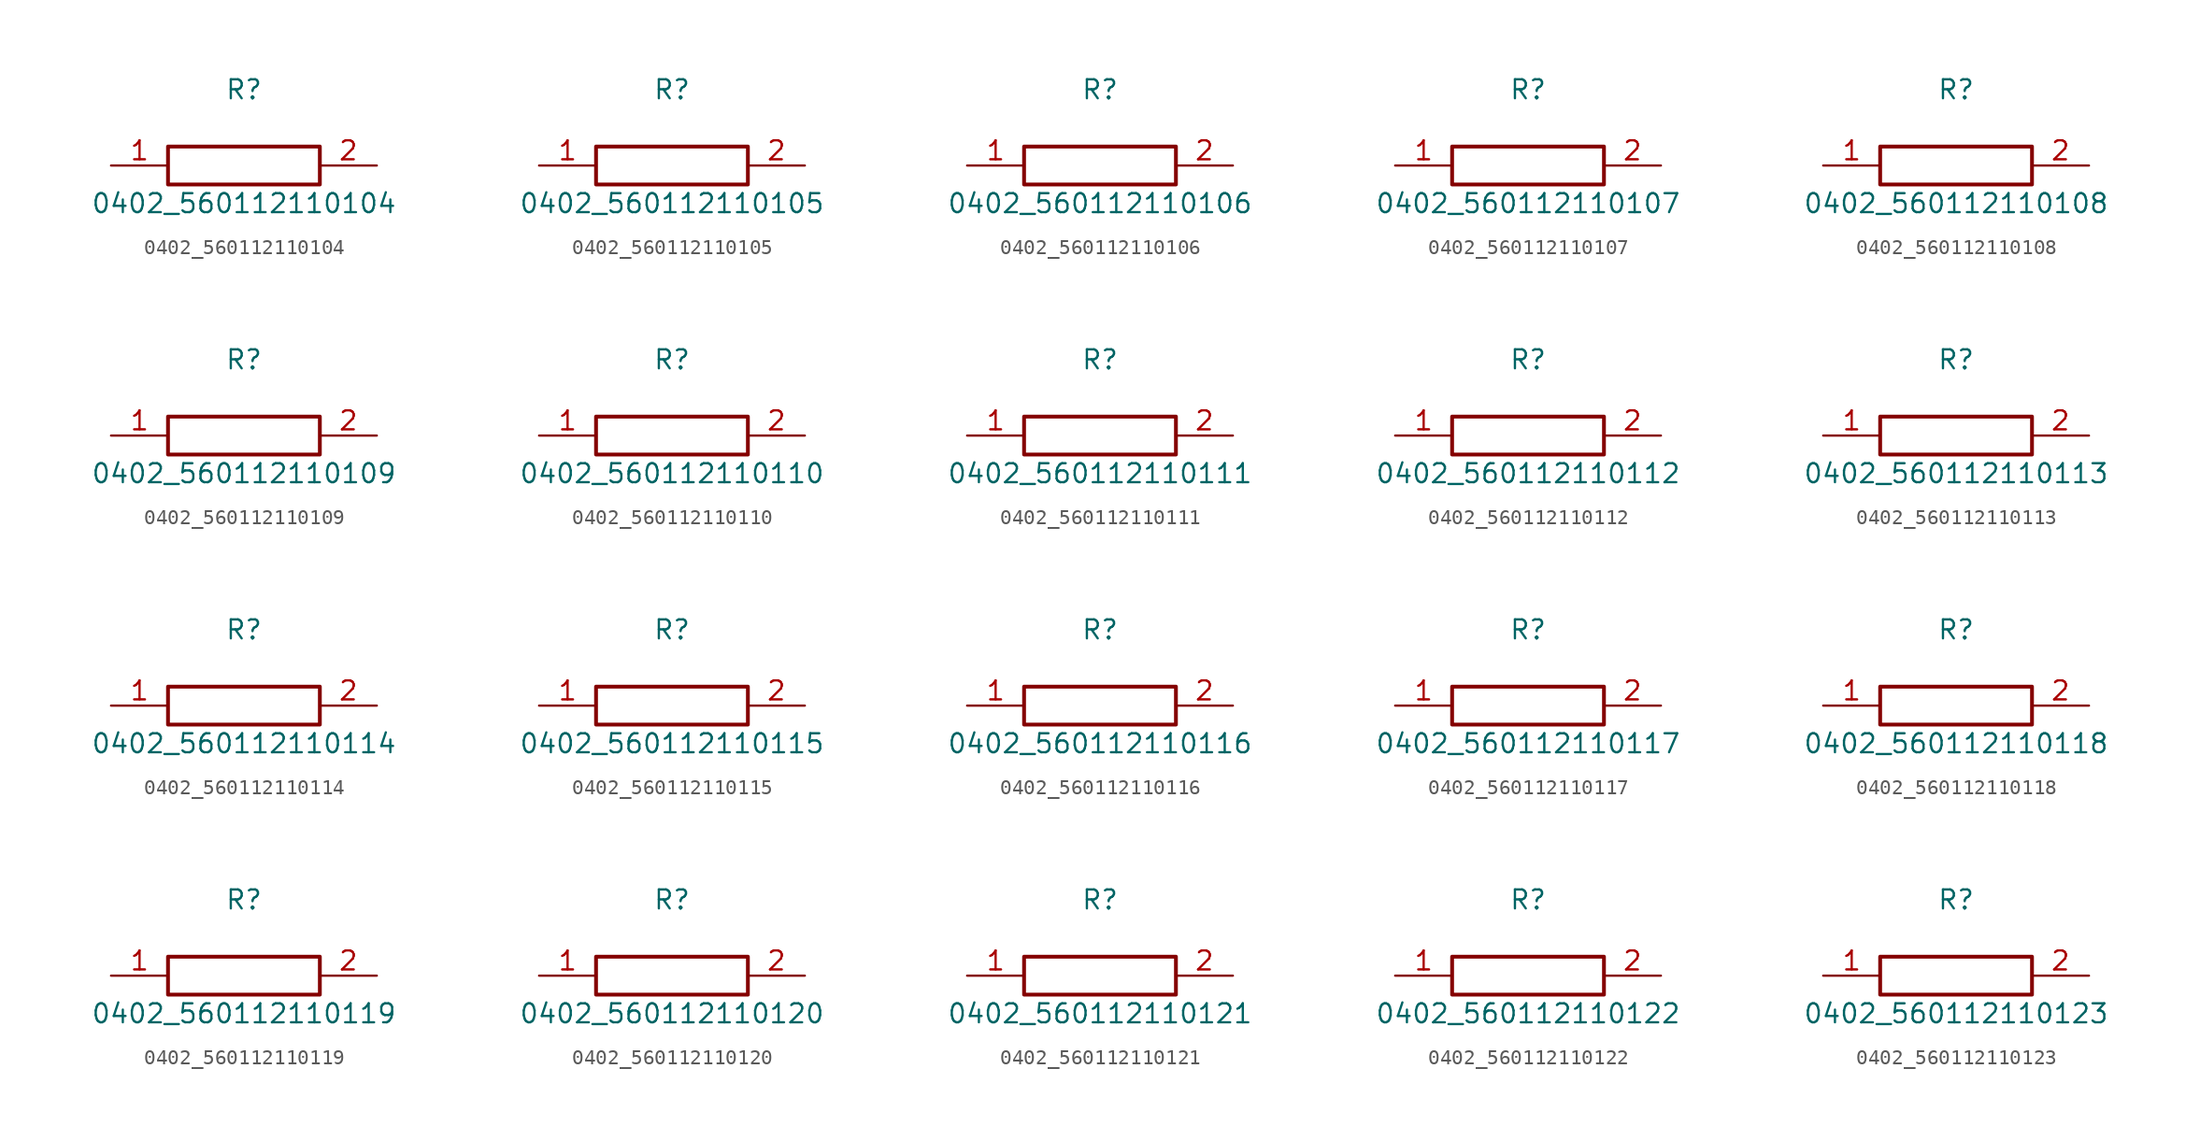
<source format=kicad_sym>
(kicad_symbol_lib
  (version 20211014)
  (generator kicad_symbol_editor)
  (symbol "Resistor_Wurth_WRIS-RSKS:0402_560112110104"
    (pin_names hide)
    (property "Reference" "R"
      (at 0 5.08 0)
      (effects (font (size 1.27 1.27))))
    (property "Value" "0402_560112110104"
      (at 0 -2.54 0)
      (effects (font (size 1.27 1.27))))
    (symbol "0402_560112110104_0_1"
      (rectangle (start -5.08 1.27) (end 5.08 -1.27) (stroke (width 0.254) (type solid)) (fill (type none)))
      (pin passive line (at -8.89 0 0) (length 3.81) (name "1" (effects (font (size 1.27 1.27)))) (number "1" (effects (font (size 1.27 1.27)))))
      (pin passive line (at 8.89 0 180) (length 3.81) (name "2" (effects (font (size 1.27 1.27)))) (number "2" (effects (font (size 1.27 1.27)))))))
  (symbol "Resistor_Wurth_WRIS-RSKS:0402_560112110105"
    (pin_names hide)
    (property "Reference" "R"
      (at 0 5.08 0)
      (effects (font (size 1.27 1.27))))
    (property "Value" "0402_560112110105"
      (at 0 -2.54 0)
      (effects (font (size 1.27 1.27))))
    (symbol "0402_560112110105_0_1"
      (rectangle (start -5.08 1.27) (end 5.08 -1.27) (stroke (width 0.254) (type solid)) (fill (type none)))
      (pin passive line (at -8.89 0 0) (length 3.81) (name "1" (effects (font (size 1.27 1.27)))) (number "1" (effects (font (size 1.27 1.27)))))
      (pin passive line (at 8.89 0 180) (length 3.81) (name "2" (effects (font (size 1.27 1.27)))) (number "2" (effects (font (size 1.27 1.27)))))))
  (symbol "Resistor_Wurth_WRIS-RSKS:0402_560112110106"
    (pin_names hide)
    (property "Reference" "R"
      (at 0 5.08 0)
      (effects (font (size 1.27 1.27))))
    (property "Value" "0402_560112110106"
      (at 0 -2.54 0)
      (effects (font (size 1.27 1.27))))
    (symbol "0402_560112110106_0_1"
      (rectangle (start -5.08 1.27) (end 5.08 -1.27) (stroke (width 0.254) (type solid)) (fill (type none)))
      (pin passive line (at -8.89 0 0) (length 3.81) (name "1" (effects (font (size 1.27 1.27)))) (number "1" (effects (font (size 1.27 1.27)))))
      (pin passive line (at 8.89 0 180) (length 3.81) (name "2" (effects (font (size 1.27 1.27)))) (number "2" (effects (font (size 1.27 1.27)))))))
  (symbol "Resistor_Wurth_WRIS-RSKS:0402_560112110107"
    (pin_names hide)
    (property "Reference" "R"
      (at 0 5.08 0)
      (effects (font (size 1.27 1.27))))
    (property "Value" "0402_560112110107"
      (at 0 -2.54 0)
      (effects (font (size 1.27 1.27))))
    (symbol "0402_560112110107_0_1"
      (rectangle (start -5.08 1.27) (end 5.08 -1.27) (stroke (width 0.254) (type solid)) (fill (type none)))
      (pin passive line (at -8.89 0 0) (length 3.81) (name "1" (effects (font (size 1.27 1.27)))) (number "1" (effects (font (size 1.27 1.27)))))
      (pin passive line (at 8.89 0 180) (length 3.81) (name "2" (effects (font (size 1.27 1.27)))) (number "2" (effects (font (size 1.27 1.27)))))))
  (symbol "Resistor_Wurth_WRIS-RSKS:0402_560112110108"
    (pin_names hide)
    (property "Reference" "R"
      (at 0 5.08 0)
      (effects (font (size 1.27 1.27))))
    (property "Value" "0402_560112110108"
      (at 0 -2.54 0)
      (effects (font (size 1.27 1.27))))
    (symbol "0402_560112110108_0_1"
      (rectangle (start -5.08 1.27) (end 5.08 -1.27) (stroke (width 0.254) (type solid)) (fill (type none)))
      (pin passive line (at -8.89 0 0) (length 3.81) (name "1" (effects (font (size 1.27 1.27)))) (number "1" (effects (font (size 1.27 1.27)))))
      (pin passive line (at 8.89 0 180) (length 3.81) (name "2" (effects (font (size 1.27 1.27)))) (number "2" (effects (font (size 1.27 1.27)))))))
  (symbol "Resistor_Wurth_WRIS-RSKS:0402_560112110109"
    (pin_names hide)
    (property "Reference" "R"
      (at 0 5.08 0)
      (effects (font (size 1.27 1.27))))
    (property "Value" "0402_560112110109"
      (at 0 -2.54 0)
      (effects (font (size 1.27 1.27))))
    (symbol "0402_560112110109_0_1"
      (rectangle (start -5.08 1.27) (end 5.08 -1.27) (stroke (width 0.254) (type solid)) (fill (type none)))
      (pin passive line (at -8.89 0 0) (length 3.81) (name "1" (effects (font (size 1.27 1.27)))) (number "1" (effects (font (size 1.27 1.27)))))
      (pin passive line (at 8.89 0 180) (length 3.81) (name "2" (effects (font (size 1.27 1.27)))) (number "2" (effects (font (size 1.27 1.27)))))))
  (symbol "Resistor_Wurth_WRIS-RSKS:0402_560112110110"
    (pin_names hide)
    (property "Reference" "R"
      (at 0 5.08 0)
      (effects (font (size 1.27 1.27))))
    (property "Value" "0402_560112110110"
      (at 0 -2.54 0)
      (effects (font (size 1.27 1.27))))
    (symbol "0402_560112110110_0_1"
      (rectangle (start -5.08 1.27) (end 5.08 -1.27) (stroke (width 0.254) (type solid)) (fill (type none)))
      (pin passive line (at -8.89 0 0) (length 3.81) (name "1" (effects (font (size 1.27 1.27)))) (number "1" (effects (font (size 1.27 1.27)))))
      (pin passive line (at 8.89 0 180) (length 3.81) (name "2" (effects (font (size 1.27 1.27)))) (number "2" (effects (font (size 1.27 1.27)))))))
  (symbol "Resistor_Wurth_WRIS-RSKS:0402_560112110111"
    (pin_names hide)
    (property "Reference" "R"
      (at 0 5.08 0)
      (effects (font (size 1.27 1.27))))
    (property "Value" "0402_560112110111"
      (at 0 -2.54 0)
      (effects (font (size 1.27 1.27))))
    (symbol "0402_560112110111_0_1"
      (rectangle (start -5.08 1.27) (end 5.08 -1.27) (stroke (width 0.254) (type solid)) (fill (type none)))
      (pin passive line (at -8.89 0 0) (length 3.81) (name "1" (effects (font (size 1.27 1.27)))) (number "1" (effects (font (size 1.27 1.27)))))
      (pin passive line (at 8.89 0 180) (length 3.81) (name "2" (effects (font (size 1.27 1.27)))) (number "2" (effects (font (size 1.27 1.27)))))))
  (symbol "Resistor_Wurth_WRIS-RSKS:0402_560112110112"
    (pin_names hide)
    (property "Reference" "R"
      (at 0 5.08 0)
      (effects (font (size 1.27 1.27))))
    (property "Value" "0402_560112110112"
      (at 0 -2.54 0)
      (effects (font (size 1.27 1.27))))
    (symbol "0402_560112110112_0_1"
      (rectangle (start -5.08 1.27) (end 5.08 -1.27) (stroke (width 0.254) (type solid)) (fill (type none)))
      (pin passive line (at -8.89 0 0) (length 3.81) (name "1" (effects (font (size 1.27 1.27)))) (number "1" (effects (font (size 1.27 1.27)))))
      (pin passive line (at 8.89 0 180) (length 3.81) (name "2" (effects (font (size 1.27 1.27)))) (number "2" (effects (font (size 1.27 1.27)))))))
  (symbol "Resistor_Wurth_WRIS-RSKS:0402_560112110113"
    (pin_names hide)
    (property "Reference" "R"
      (at 0 5.08 0)
      (effects (font (size 1.27 1.27))))
    (property "Value" "0402_560112110113"
      (at 0 -2.54 0)
      (effects (font (size 1.27 1.27))))
    (symbol "0402_560112110113_0_1"
      (rectangle (start -5.08 1.27) (end 5.08 -1.27) (stroke (width 0.254) (type solid)) (fill (type none)))
      (pin passive line (at -8.89 0 0) (length 3.81) (name "1" (effects (font (size 1.27 1.27)))) (number "1" (effects (font (size 1.27 1.27)))))
      (pin passive line (at 8.89 0 180) (length 3.81) (name "2" (effects (font (size 1.27 1.27)))) (number "2" (effects (font (size 1.27 1.27)))))))
  (symbol "Resistor_Wurth_WRIS-RSKS:0402_560112110114"
    (pin_names hide)
    (property "Reference" "R"
      (at 0 5.08 0)
      (effects (font (size 1.27 1.27))))
    (property "Value" "0402_560112110114"
      (at 0 -2.54 0)
      (effects (font (size 1.27 1.27))))
    (symbol "0402_560112110114_0_1"
      (rectangle (start -5.08 1.27) (end 5.08 -1.27) (stroke (width 0.254) (type solid)) (fill (type none)))
      (pin passive line (at -8.89 0 0) (length 3.81) (name "1" (effects (font (size 1.27 1.27)))) (number "1" (effects (font (size 1.27 1.27)))))
      (pin passive line (at 8.89 0 180) (length 3.81) (name "2" (effects (font (size 1.27 1.27)))) (number "2" (effects (font (size 1.27 1.27)))))))
  (symbol "Resistor_Wurth_WRIS-RSKS:0402_560112110115"
    (pin_names hide)
    (property "Reference" "R"
      (at 0 5.08 0)
      (effects (font (size 1.27 1.27))))
    (property "Value" "0402_560112110115"
      (at 0 -2.54 0)
      (effects (font (size 1.27 1.27))))
    (symbol "0402_560112110115_0_1"
      (rectangle (start -5.08 1.27) (end 5.08 -1.27) (stroke (width 0.254) (type solid)) (fill (type none)))
      (pin passive line (at -8.89 0 0) (length 3.81) (name "1" (effects (font (size 1.27 1.27)))) (number "1" (effects (font (size 1.27 1.27)))))
      (pin passive line (at 8.89 0 180) (length 3.81) (name "2" (effects (font (size 1.27 1.27)))) (number "2" (effects (font (size 1.27 1.27)))))))
  (symbol "Resistor_Wurth_WRIS-RSKS:0402_560112110116"
    (pin_names hide)
    (property "Reference" "R"
      (at 0 5.08 0)
      (effects (font (size 1.27 1.27))))
    (property "Value" "0402_560112110116"
      (at 0 -2.54 0)
      (effects (font (size 1.27 1.27))))
    (symbol "0402_560112110116_0_1"
      (rectangle (start -5.08 1.27) (end 5.08 -1.27) (stroke (width 0.254) (type solid)) (fill (type none)))
      (pin passive line (at -8.89 0 0) (length 3.81) (name "1" (effects (font (size 1.27 1.27)))) (number "1" (effects (font (size 1.27 1.27)))))
      (pin passive line (at 8.89 0 180) (length 3.81) (name "2" (effects (font (size 1.27 1.27)))) (number "2" (effects (font (size 1.27 1.27)))))))
  (symbol "Resistor_Wurth_WRIS-RSKS:0402_560112110117"
    (pin_names hide)
    (property "Reference" "R"
      (at 0 5.08 0)
      (effects (font (size 1.27 1.27))))
    (property "Value" "0402_560112110117"
      (at 0 -2.54 0)
      (effects (font (size 1.27 1.27))))
    (symbol "0402_560112110117_0_1"
      (rectangle (start -5.08 1.27) (end 5.08 -1.27) (stroke (width 0.254) (type solid)) (fill (type none)))
      (pin passive line (at -8.89 0 0) (length 3.81) (name "1" (effects (font (size 1.27 1.27)))) (number "1" (effects (font (size 1.27 1.27)))))
      (pin passive line (at 8.89 0 180) (length 3.81) (name "2" (effects (font (size 1.27 1.27)))) (number "2" (effects (font (size 1.27 1.27)))))))
  (symbol "Resistor_Wurth_WRIS-RSKS:0402_560112110118"
    (pin_names hide)
    (property "Reference" "R"
      (at 0 5.08 0)
      (effects (font (size 1.27 1.27))))
    (property "Value" "0402_560112110118"
      (at 0 -2.54 0)
      (effects (font (size 1.27 1.27))))
    (symbol "0402_560112110118_0_1"
      (rectangle (start -5.08 1.27) (end 5.08 -1.27) (stroke (width 0.254) (type solid)) (fill (type none)))
      (pin passive line (at -8.89 0 0) (length 3.81) (name "1" (effects (font (size 1.27 1.27)))) (number "1" (effects (font (size 1.27 1.27)))))
      (pin passive line (at 8.89 0 180) (length 3.81) (name "2" (effects (font (size 1.27 1.27)))) (number "2" (effects (font (size 1.27 1.27)))))))
  (symbol "Resistor_Wurth_WRIS-RSKS:0402_560112110119"
    (pin_names hide)
    (property "Reference" "R"
      (at 0 5.08 0)
      (effects (font (size 1.27 1.27))))
    (property "Value" "0402_560112110119"
      (at 0 -2.54 0)
      (effects (font (size 1.27 1.27))))
    (symbol "0402_560112110119_0_1"
      (rectangle (start -5.08 1.27) (end 5.08 -1.27) (stroke (width 0.254) (type solid)) (fill (type none)))
      (pin passive line (at -8.89 0 0) (length 3.81) (name "1" (effects (font (size 1.27 1.27)))) (number "1" (effects (font (size 1.27 1.27)))))
      (pin passive line (at 8.89 0 180) (length 3.81) (name "2" (effects (font (size 1.27 1.27)))) (number "2" (effects (font (size 1.27 1.27)))))))
  (symbol "Resistor_Wurth_WRIS-RSKS:0402_560112110120"
    (pin_names hide)
    (property "Reference" "R"
      (at 0 5.08 0)
      (effects (font (size 1.27 1.27))))
    (property "Value" "0402_560112110120"
      (at 0 -2.54 0)
      (effects (font (size 1.27 1.27))))
    (symbol "0402_560112110120_0_1"
      (rectangle (start -5.08 1.27) (end 5.08 -1.27) (stroke (width 0.254) (type solid)) (fill (type none)))
      (pin passive line (at -8.89 0 0) (length 3.81) (name "1" (effects (font (size 1.27 1.27)))) (number "1" (effects (font (size 1.27 1.27)))))
      (pin passive line (at 8.89 0 180) (length 3.81) (name "2" (effects (font (size 1.27 1.27)))) (number "2" (effects (font (size 1.27 1.27)))))))
  (symbol "Resistor_Wurth_WRIS-RSKS:0402_560112110121"
    (pin_names hide)
    (property "Reference" "R"
      (at 0 5.08 0)
      (effects (font (size 1.27 1.27))))
    (property "Value" "0402_560112110121"
      (at 0 -2.54 0)
      (effects (font (size 1.27 1.27))))
    (symbol "0402_560112110121_0_1"
      (rectangle (start -5.08 1.27) (end 5.08 -1.27) (stroke (width 0.254) (type solid)) (fill (type none)))
      (pin passive line (at -8.89 0 0) (length 3.81) (name "1" (effects (font (size 1.27 1.27)))) (number "1" (effects (font (size 1.27 1.27)))))
      (pin passive line (at 8.89 0 180) (length 3.81) (name "2" (effects (font (size 1.27 1.27)))) (number "2" (effects (font (size 1.27 1.27)))))))
  (symbol "Resistor_Wurth_WRIS-RSKS:0402_560112110122"
    (pin_names hide)
    (property "Reference" "R"
      (at 0 5.08 0)
      (effects (font (size 1.27 1.27))))
    (property "Value" "0402_560112110122"
      (at 0 -2.54 0)
      (effects (font (size 1.27 1.27))))
    (symbol "0402_560112110122_0_1"
      (rectangle (start -5.08 1.27) (end 5.08 -1.27) (stroke (width 0.254) (type solid)) (fill (type none)))
      (pin passive line (at -8.89 0 0) (length 3.81) (name "1" (effects (font (size 1.27 1.27)))) (number "1" (effects (font (size 1.27 1.27)))))
      (pin passive line (at 8.89 0 180) (length 3.81) (name "2" (effects (font (size 1.27 1.27)))) (number "2" (effects (font (size 1.27 1.27)))))))
  (symbol "Resistor_Wurth_WRIS-RSKS:0402_560112110123"
    (pin_names hide)
    (property "Reference" "R"
      (at 0 5.08 0)
      (effects (font (size 1.27 1.27))))
    (property "Value" "0402_560112110123"
      (at 0 -2.54 0)
      (effects (font (size 1.27 1.27))))
    (symbol "0402_560112110123_0_1"
      (rectangle (start -5.08 1.27) (end 5.08 -1.27) (stroke (width 0.254) (type solid)) (fill (type none)))
      (pin passive line (at -8.89 0 0) (length 3.81) (name "1" (effects (font (size 1.27 1.27)))) (number "1" (effects (font (size 1.27 1.27)))))
      (pin passive line (at 8.89 0 180) (length 3.81) (name "2" (effects (font (size 1.27 1.27)))) (number "2" (effects (font (size 1.27 1.27))))))))
</source>
